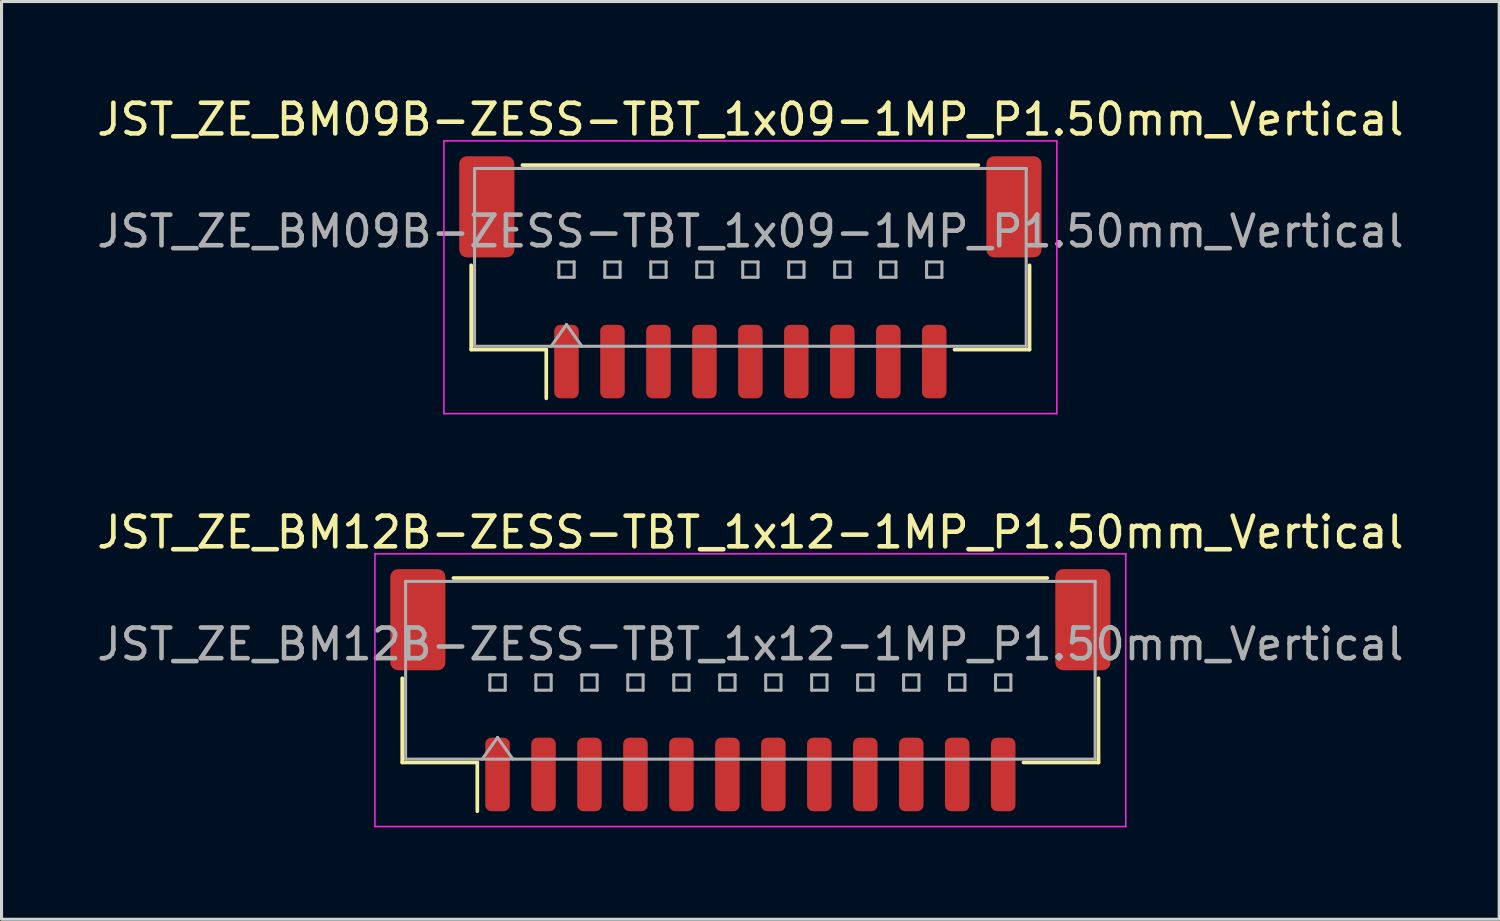
<source format=kicad_pcb>
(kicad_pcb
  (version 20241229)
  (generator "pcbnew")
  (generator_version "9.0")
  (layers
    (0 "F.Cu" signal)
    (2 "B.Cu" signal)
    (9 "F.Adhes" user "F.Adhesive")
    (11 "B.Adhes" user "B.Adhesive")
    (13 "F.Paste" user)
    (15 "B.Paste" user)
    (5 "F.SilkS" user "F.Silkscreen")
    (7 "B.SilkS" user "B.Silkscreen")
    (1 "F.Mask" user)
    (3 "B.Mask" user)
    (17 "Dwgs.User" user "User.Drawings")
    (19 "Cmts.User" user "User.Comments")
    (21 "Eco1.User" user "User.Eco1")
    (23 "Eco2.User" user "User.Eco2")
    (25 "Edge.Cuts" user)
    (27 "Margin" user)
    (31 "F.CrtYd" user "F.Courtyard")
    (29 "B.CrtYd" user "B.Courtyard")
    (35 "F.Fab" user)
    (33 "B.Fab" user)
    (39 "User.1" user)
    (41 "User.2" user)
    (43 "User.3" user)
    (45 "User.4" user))
  (footprint "JST_ZE_BM09B-ZESS-TBT_1x09-1MP_P1.50mm_Vertical"
    (layer "F.Cu")
    (at 21.435 5.998)
    (property "Reference" "JST_ZE_BM09B-ZESS-TBT_1x09-1MP_P1.50mm_Vertical" (at 0 -5.15 0) (layer "F.SilkS") (effects (font (size 1 1) (thickness 0.15))))
    (attr smd)
    (fp_line (start -9.11 -0.39) (end -9.11 2.36) (stroke (width 0.12) (type solid)) (layer "F.SilkS"))
    (fp_line (start -9.11 2.36) (end -6.66 2.36) (stroke (width 0.12) (type solid)) (layer "F.SilkS"))
    (fp_line (start -7.44 -3.66) (end 7.44 -3.66) (stroke (width 0.12) (type solid)) (layer "F.SilkS"))
    (fp_line (start -6.66 2.36) (end -6.66 3.95) (stroke (width 0.12) (type solid)) (layer "F.SilkS"))
    (fp_line (start 9.11 -0.39) (end 9.11 2.36) (stroke (width 0.12) (type solid)) (layer "F.SilkS"))
    (fp_line (start 9.11 2.36) (end 6.66 2.36) (stroke (width 0.12) (type solid)) (layer "F.SilkS"))
    (fp_line (start -10 -4.45) (end -10 4.45) (stroke (width 0.05) (type solid)) (layer "F.CrtYd"))
    (fp_line (start -10 4.45) (end 10 4.45) (stroke (width 0.05) (type solid)) (layer "F.CrtYd"))
    (fp_line (start 10 -4.45) (end -10 -4.45) (stroke (width 0.05) (type solid)) (layer "F.CrtYd"))
    (fp_line (start 10 4.45) (end 10 -4.45) (stroke (width 0.05) (type solid)) (layer "F.CrtYd"))
    (fp_line (start -9 -3.55) (end 9 -3.55) (stroke (width 0.1) (type solid)) (layer "F.Fab"))
    (fp_line (start -9 2.25) (end -9 -3.55) (stroke (width 0.1) (type solid)) (layer "F.Fab"))
    (fp_line (start -9 2.25) (end 9 2.25) (stroke (width 0.1) (type solid)) (layer "F.Fab"))
    (fp_line (start -6.5 2.25) (end -6 1.543) (stroke (width 0.1) (type solid)) (layer "F.Fab"))
    (fp_line (start -6.25 -0.5) (end -6.25 0) (stroke (width 0.1) (type solid)) (layer "F.Fab"))
    (fp_line (start -6.25 0) (end -5.75 0) (stroke (width 0.1) (type solid)) (layer "F.Fab"))
    (fp_line (start -6 1.543) (end -5.5 2.25) (stroke (width 0.1) (type solid)) (layer "F.Fab"))
    (fp_line (start -5.75 -0.5) (end -6.25 -0.5) (stroke (width 0.1) (type solid)) (layer "F.Fab"))
    (fp_line (start -5.75 0) (end -5.75 -0.5) (stroke (width 0.1) (type solid)) (layer "F.Fab"))
    (fp_line (start -4.75 -0.5) (end -4.75 0) (stroke (width 0.1) (type solid)) (layer "F.Fab"))
    (fp_line (start -4.75 0) (end -4.25 0) (stroke (width 0.1) (type solid)) (layer "F.Fab"))
    (fp_line (start -4.25 -0.5) (end -4.75 -0.5) (stroke (width 0.1) (type solid)) (layer "F.Fab"))
    (fp_line (start -4.25 0) (end -4.25 -0.5) (stroke (width 0.1) (type solid)) (layer "F.Fab"))
    (fp_line (start -3.25 -0.5) (end -3.25 0) (stroke (width 0.1) (type solid)) (layer "F.Fab"))
    (fp_line (start -3.25 0) (end -2.75 0) (stroke (width 0.1) (type solid)) (layer "F.Fab"))
    (fp_line (start -2.75 -0.5) (end -3.25 -0.5) (stroke (width 0.1) (type solid)) (layer "F.Fab"))
    (fp_line (start -2.75 0) (end -2.75 -0.5) (stroke (width 0.1) (type solid)) (layer "F.Fab"))
    (fp_line (start -1.75 -0.5) (end -1.75 0) (stroke (width 0.1) (type solid)) (layer "F.Fab"))
    (fp_line (start -1.75 0) (end -1.25 0) (stroke (width 0.1) (type solid)) (layer "F.Fab"))
    (fp_line (start -1.25 -0.5) (end -1.75 -0.5) (stroke (width 0.1) (type solid)) (layer "F.Fab"))
    (fp_line (start -1.25 0) (end -1.25 -0.5) (stroke (width 0.1) (type solid)) (layer "F.Fab"))
    (fp_line (start -0.25 -0.5) (end -0.25 0) (stroke (width 0.1) (type solid)) (layer "F.Fab"))
    (fp_line (start -0.25 0) (end 0.25 0) (stroke (width 0.1) (type solid)) (layer "F.Fab"))
    (fp_line (start 0.25 -0.5) (end -0.25 -0.5) (stroke (width 0.1) (type solid)) (layer "F.Fab"))
    (fp_line (start 0.25 0) (end 0.25 -0.5) (stroke (width 0.1) (type solid)) (layer "F.Fab"))
    (fp_line (start 1.25 -0.5) (end 1.25 0) (stroke (width 0.1) (type solid)) (layer "F.Fab"))
    (fp_line (start 1.25 0) (end 1.75 0) (stroke (width 0.1) (type solid)) (layer "F.Fab"))
    (fp_line (start 1.75 -0.5) (end 1.25 -0.5) (stroke (width 0.1) (type solid)) (layer "F.Fab"))
    (fp_line (start 1.75 0) (end 1.75 -0.5) (stroke (width 0.1) (type solid)) (layer "F.Fab"))
    (fp_line (start 2.75 -0.5) (end 2.75 0) (stroke (width 0.1) (type solid)) (layer "F.Fab"))
    (fp_line (start 2.75 0) (end 3.25 0) (stroke (width 0.1) (type solid)) (layer "F.Fab"))
    (fp_line (start 3.25 -0.5) (end 2.75 -0.5) (stroke (width 0.1) (type solid)) (layer "F.Fab"))
    (fp_line (start 3.25 0) (end 3.25 -0.5) (stroke (width 0.1) (type solid)) (layer "F.Fab"))
    (fp_line (start 4.25 -0.5) (end 4.25 0) (stroke (width 0.1) (type solid)) (layer "F.Fab"))
    (fp_line (start 4.25 0) (end 4.75 0) (stroke (width 0.1) (type solid)) (layer "F.Fab"))
    (fp_line (start 4.75 -0.5) (end 4.25 -0.5) (stroke (width 0.1) (type solid)) (layer "F.Fab"))
    (fp_line (start 4.75 0) (end 4.75 -0.5) (stroke (width 0.1) (type solid)) (layer "F.Fab"))
    (fp_line (start 5.75 -0.5) (end 5.75 0) (stroke (width 0.1) (type solid)) (layer "F.Fab"))
    (fp_line (start 5.75 0) (end 6.25 0) (stroke (width 0.1) (type solid)) (layer "F.Fab"))
    (fp_line (start 6.25 -0.5) (end 5.75 -0.5) (stroke (width 0.1) (type solid)) (layer "F.Fab"))
    (fp_line (start 6.25 0) (end 6.25 -0.5) (stroke (width 0.1) (type solid)) (layer "F.Fab"))
    (fp_line (start 9 2.25) (end 9 -3.55) (stroke (width 0.1) (type solid)) (layer "F.Fab"))
    (fp_text user "${REFERENCE}" (at 0 -1.5 0) (layer "F.Fab") (effects (font (size 1 1) (thickness 0.15))))
    (pad "1" smd roundrect (at -6 2.75) (size 0.8 2.4) (layers "F.Cu" "F.Mask" "F.Paste") (roundrect_rratio 0.25))
    (pad "2" smd roundrect (at -4.5 2.75) (size 0.8 2.4) (layers "F.Cu" "F.Mask" "F.Paste") (roundrect_rratio 0.25))
    (pad "3" smd roundrect (at -3 2.75) (size 0.8 2.4) (layers "F.Cu" "F.Mask" "F.Paste") (roundrect_rratio 0.25))
    (pad "4" smd roundrect (at -1.5 2.75) (size 0.8 2.4) (layers "F.Cu" "F.Mask" "F.Paste") (roundrect_rratio 0.25))
    (pad "5" smd roundrect (at 0 2.75) (size 0.8 2.4) (layers "F.Cu" "F.Mask" "F.Paste") (roundrect_rratio 0.25))
    (pad "6" smd roundrect (at 1.5 2.75) (size 0.8 2.4) (layers "F.Cu" "F.Mask" "F.Paste") (roundrect_rratio 0.25))
    (pad "7" smd roundrect (at 3 2.75) (size 0.8 2.4) (layers "F.Cu" "F.Mask" "F.Paste") (roundrect_rratio 0.25))
    (pad "8" smd roundrect (at 4.5 2.75) (size 0.8 2.4) (layers "F.Cu" "F.Mask" "F.Paste") (roundrect_rratio 0.25))
    (pad "9" smd roundrect (at 6 2.75) (size 0.8 2.4) (layers "F.Cu" "F.Mask" "F.Paste") (roundrect_rratio 0.25))
    (pad "MP" smd roundrect (at -8.6 -2.3) (size 1.8 3.3) (layers "F.Cu" "F.Mask" "F.Paste") (roundrect_rratio 0.139))
    (pad "MP" smd roundrect (at 8.6 -2.3) (size 1.8 3.3) (layers "F.Cu" "F.Mask" "F.Paste") (roundrect_rratio 0.139)))
  (footprint "JST_ZE_BM12B-ZESS-TBT_1x12-1MP_P1.50mm_Vertical"
    (layer "F.Cu")
    (at 21.435 19.471)
    (property "Reference" "JST_ZE_BM12B-ZESS-TBT_1x12-1MP_P1.50mm_Vertical" (at 0 -5.15 0) (layer "F.SilkS") (effects (font (size 1 1) (thickness 0.15))))
    (attr smd)
    (fp_line (start -11.36 -0.39) (end -11.36 2.36) (stroke (width 0.12) (type solid)) (layer "F.SilkS"))
    (fp_line (start -11.36 2.36) (end -8.91 2.36) (stroke (width 0.12) (type solid)) (layer "F.SilkS"))
    (fp_line (start -9.69 -3.66) (end 9.69 -3.66) (stroke (width 0.12) (type solid)) (layer "F.SilkS"))
    (fp_line (start -8.91 2.36) (end -8.91 3.95) (stroke (width 0.12) (type solid)) (layer "F.SilkS"))
    (fp_line (start 11.36 -0.39) (end 11.36 2.36) (stroke (width 0.12) (type solid)) (layer "F.SilkS"))
    (fp_line (start 11.36 2.36) (end 8.91 2.36) (stroke (width 0.12) (type solid)) (layer "F.SilkS"))
    (fp_line (start -12.25 -4.45) (end -12.25 4.45) (stroke (width 0.05) (type solid)) (layer "F.CrtYd"))
    (fp_line (start -12.25 4.45) (end 12.25 4.45) (stroke (width 0.05) (type solid)) (layer "F.CrtYd"))
    (fp_line (start 12.25 -4.45) (end -12.25 -4.45) (stroke (width 0.05) (type solid)) (layer "F.CrtYd"))
    (fp_line (start 12.25 4.45) (end 12.25 -4.45) (stroke (width 0.05) (type solid)) (layer "F.CrtYd"))
    (fp_line (start -11.25 -3.55) (end 11.25 -3.55) (stroke (width 0.1) (type solid)) (layer "F.Fab"))
    (fp_line (start -11.25 2.25) (end -11.25 -3.55) (stroke (width 0.1) (type solid)) (layer "F.Fab"))
    (fp_line (start -11.25 2.25) (end 11.25 2.25) (stroke (width 0.1) (type solid)) (layer "F.Fab"))
    (fp_line (start -8.75 2.25) (end -8.25 1.543) (stroke (width 0.1) (type solid)) (layer "F.Fab"))
    (fp_line (start -8.5 -0.5) (end -8.5 0) (stroke (width 0.1) (type solid)) (layer "F.Fab"))
    (fp_line (start -8.5 0) (end -8 0) (stroke (width 0.1) (type solid)) (layer "F.Fab"))
    (fp_line (start -8.25 1.543) (end -7.75 2.25) (stroke (width 0.1) (type solid)) (layer "F.Fab"))
    (fp_line (start -8 -0.5) (end -8.5 -0.5) (stroke (width 0.1) (type solid)) (layer "F.Fab"))
    (fp_line (start -8 0) (end -8 -0.5) (stroke (width 0.1) (type solid)) (layer "F.Fab"))
    (fp_line (start -7 -0.5) (end -7 0) (stroke (width 0.1) (type solid)) (layer "F.Fab"))
    (fp_line (start -7 0) (end -6.5 0) (stroke (width 0.1) (type solid)) (layer "F.Fab"))
    (fp_line (start -6.5 -0.5) (end -7 -0.5) (stroke (width 0.1) (type solid)) (layer "F.Fab"))
    (fp_line (start -6.5 0) (end -6.5 -0.5) (stroke (width 0.1) (type solid)) (layer "F.Fab"))
    (fp_line (start -5.5 -0.5) (end -5.5 0) (stroke (width 0.1) (type solid)) (layer "F.Fab"))
    (fp_line (start -5.5 0) (end -5 0) (stroke (width 0.1) (type solid)) (layer "F.Fab"))
    (fp_line (start -5 -0.5) (end -5.5 -0.5) (stroke (width 0.1) (type solid)) (layer "F.Fab"))
    (fp_line (start -5 0) (end -5 -0.5) (stroke (width 0.1) (type solid)) (layer "F.Fab"))
    (fp_line (start -4 -0.5) (end -4 0) (stroke (width 0.1) (type solid)) (layer "F.Fab"))
    (fp_line (start -4 0) (end -3.5 0) (stroke (width 0.1) (type solid)) (layer "F.Fab"))
    (fp_line (start -3.5 -0.5) (end -4 -0.5) (stroke (width 0.1) (type solid)) (layer "F.Fab"))
    (fp_line (start -3.5 0) (end -3.5 -0.5) (stroke (width 0.1) (type solid)) (layer "F.Fab"))
    (fp_line (start -2.5 -0.5) (end -2.5 0) (stroke (width 0.1) (type solid)) (layer "F.Fab"))
    (fp_line (start -2.5 0) (end -2 0) (stroke (width 0.1) (type solid)) (layer "F.Fab"))
    (fp_line (start -2 -0.5) (end -2.5 -0.5) (stroke (width 0.1) (type solid)) (layer "F.Fab"))
    (fp_line (start -2 0) (end -2 -0.5) (stroke (width 0.1) (type solid)) (layer "F.Fab"))
    (fp_line (start -1 -0.5) (end -1 0) (stroke (width 0.1) (type solid)) (layer "F.Fab"))
    (fp_line (start -1 0) (end -0.5 0) (stroke (width 0.1) (type solid)) (layer "F.Fab"))
    (fp_line (start -0.5 -0.5) (end -1 -0.5) (stroke (width 0.1) (type solid)) (layer "F.Fab"))
    (fp_line (start -0.5 0) (end -0.5 -0.5) (stroke (width 0.1) (type solid)) (layer "F.Fab"))
    (fp_line (start 0.5 -0.5) (end 0.5 0) (stroke (width 0.1) (type solid)) (layer "F.Fab"))
    (fp_line (start 0.5 0) (end 1 0) (stroke (width 0.1) (type solid)) (layer "F.Fab"))
    (fp_line (start 1 -0.5) (end 0.5 -0.5) (stroke (width 0.1) (type solid)) (layer "F.Fab"))
    (fp_line (start 1 0) (end 1 -0.5) (stroke (width 0.1) (type solid)) (layer "F.Fab"))
    (fp_line (start 2 -0.5) (end 2 0) (stroke (width 0.1) (type solid)) (layer "F.Fab"))
    (fp_line (start 2 0) (end 2.5 0) (stroke (width 0.1) (type solid)) (layer "F.Fab"))
    (fp_line (start 2.5 -0.5) (end 2 -0.5) (stroke (width 0.1) (type solid)) (layer "F.Fab"))
    (fp_line (start 2.5 0) (end 2.5 -0.5) (stroke (width 0.1) (type solid)) (layer "F.Fab"))
    (fp_line (start 3.5 -0.5) (end 3.5 0) (stroke (width 0.1) (type solid)) (layer "F.Fab"))
    (fp_line (start 3.5 0) (end 4 0) (stroke (width 0.1) (type solid)) (layer "F.Fab"))
    (fp_line (start 4 -0.5) (end 3.5 -0.5) (stroke (width 0.1) (type solid)) (layer "F.Fab"))
    (fp_line (start 4 0) (end 4 -0.5) (stroke (width 0.1) (type solid)) (layer "F.Fab"))
    (fp_line (start 5 -0.5) (end 5 0) (stroke (width 0.1) (type solid)) (layer "F.Fab"))
    (fp_line (start 5 0) (end 5.5 0) (stroke (width 0.1) (type solid)) (layer "F.Fab"))
    (fp_line (start 5.5 -0.5) (end 5 -0.5) (stroke (width 0.1) (type solid)) (layer "F.Fab"))
    (fp_line (start 5.5 0) (end 5.5 -0.5) (stroke (width 0.1) (type solid)) (layer "F.Fab"))
    (fp_line (start 6.5 -0.5) (end 6.5 0) (stroke (width 0.1) (type solid)) (layer "F.Fab"))
    (fp_line (start 6.5 0) (end 7 0) (stroke (width 0.1) (type solid)) (layer "F.Fab"))
    (fp_line (start 7 -0.5) (end 6.5 -0.5) (stroke (width 0.1) (type solid)) (layer "F.Fab"))
    (fp_line (start 7 0) (end 7 -0.5) (stroke (width 0.1) (type solid)) (layer "F.Fab"))
    (fp_line (start 8 -0.5) (end 8 0) (stroke (width 0.1) (type solid)) (layer "F.Fab"))
    (fp_line (start 8 0) (end 8.5 0) (stroke (width 0.1) (type solid)) (layer "F.Fab"))
    (fp_line (start 8.5 -0.5) (end 8 -0.5) (stroke (width 0.1) (type solid)) (layer "F.Fab"))
    (fp_line (start 8.5 0) (end 8.5 -0.5) (stroke (width 0.1) (type solid)) (layer "F.Fab"))
    (fp_line (start 11.25 2.25) (end 11.25 -3.55) (stroke (width 0.1) (type solid)) (layer "F.Fab"))
    (fp_text user "${REFERENCE}" (at 0 -1.5 0) (layer "F.Fab") (effects (font (size 1 1) (thickness 0.15))))
    (pad "1" smd roundrect (at -8.25 2.75) (size 0.8 2.4) (layers "F.Cu" "F.Mask" "F.Paste") (roundrect_rratio 0.25))
    (pad "2" smd roundrect (at -6.75 2.75) (size 0.8 2.4) (layers "F.Cu" "F.Mask" "F.Paste") (roundrect_rratio 0.25))
    (pad "3" smd roundrect (at -5.25 2.75) (size 0.8 2.4) (layers "F.Cu" "F.Mask" "F.Paste") (roundrect_rratio 0.25))
    (pad "4" smd roundrect (at -3.75 2.75) (size 0.8 2.4) (layers "F.Cu" "F.Mask" "F.Paste") (roundrect_rratio 0.25))
    (pad "5" smd roundrect (at -2.25 2.75) (size 0.8 2.4) (layers "F.Cu" "F.Mask" "F.Paste") (roundrect_rratio 0.25))
    (pad "6" smd roundrect (at -0.75 2.75) (size 0.8 2.4) (layers "F.Cu" "F.Mask" "F.Paste") (roundrect_rratio 0.25))
    (pad "7" smd roundrect (at 0.75 2.75) (size 0.8 2.4) (layers "F.Cu" "F.Mask" "F.Paste") (roundrect_rratio 0.25))
    (pad "8" smd roundrect (at 2.25 2.75) (size 0.8 2.4) (layers "F.Cu" "F.Mask" "F.Paste") (roundrect_rratio 0.25))
    (pad "9" smd roundrect (at 3.75 2.75) (size 0.8 2.4) (layers "F.Cu" "F.Mask" "F.Paste") (roundrect_rratio 0.25))
    (pad "10" smd roundrect (at 5.25 2.75) (size 0.8 2.4) (layers "F.Cu" "F.Mask" "F.Paste") (roundrect_rratio 0.25))
    (pad "11" smd roundrect (at 6.75 2.75) (size 0.8 2.4) (layers "F.Cu" "F.Mask" "F.Paste") (roundrect_rratio 0.25))
    (pad "12" smd roundrect (at 8.25 2.75) (size 0.8 2.4) (layers "F.Cu" "F.Mask" "F.Paste") (roundrect_rratio 0.25))
    (pad "MP" smd roundrect (at -10.85 -2.3) (size 1.8 3.3) (layers "F.Cu" "F.Mask" "F.Paste") (roundrect_rratio 0.139))
    (pad "MP" smd roundrect (at 10.85 -2.3) (size 1.8 3.3) (layers "F.Cu" "F.Mask" "F.Paste") (roundrect_rratio 0.139)))
  (gr_rect
    (start -3 -3)
    (end 45.869 26.947)
    (stroke (width 0.1) (type default))
    (fill no)
    (layer "Edge.Cuts")))
</source>
